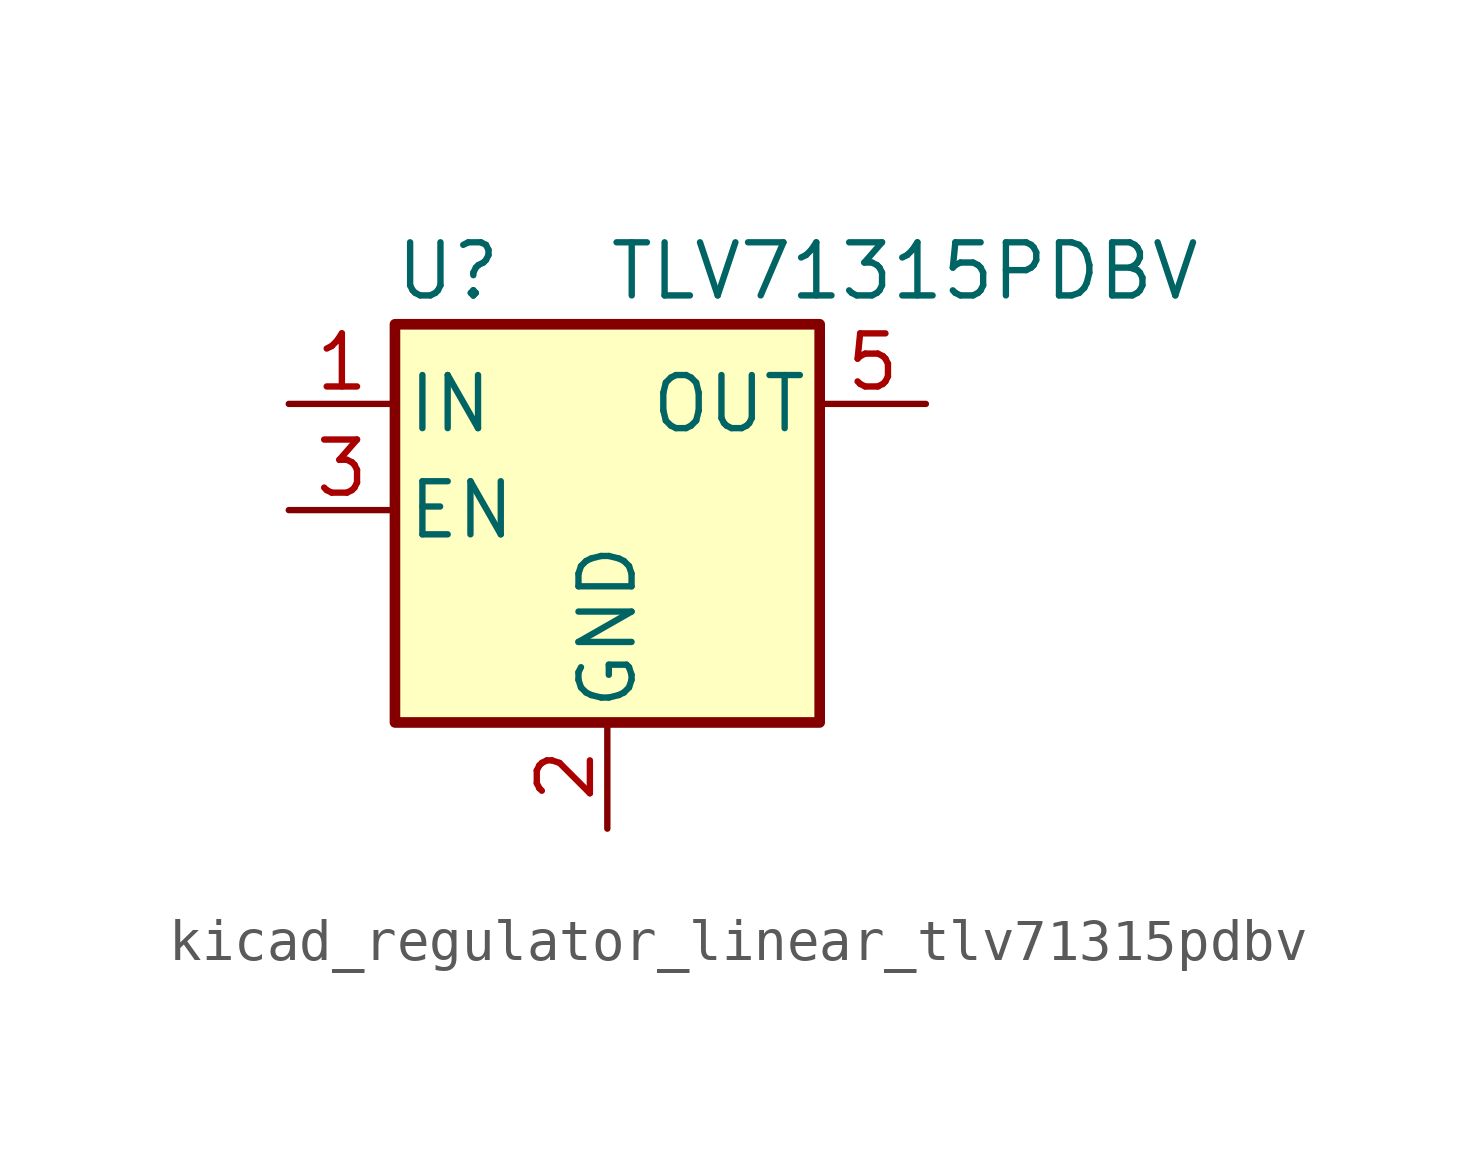
<source format=kicad_sym>
(kicad_symbol_lib
  (version 20220914)
  (generator kicad_symbol_editor)
  (symbol "kicad_regulator_linear_tlv71315pdbv"
    (pin_names
      (offset 0.254))
    (property "Reference" "U"
      (at -3.81 5.715 0)
      (effects (font (size 1.27 1.27))))
    (property "Value" "TLV71315PDBV"
      (at 0 5.715 0)
      (effects (font (size 1.27 1.27)) (justify left)))
    (symbol "kicad_regulator_linear_tlv71315pdbv_0_1"
      (rectangle (start -5.08 4.445) (end 5.08 -5.08) (stroke (width 0.254) (type default)) (fill (type background))))
    (symbol "kicad_regulator_linear_tlv71315pdbv_1_1"
      (pin power_in line (at -7.62 2.54 0) (length 2.54) (name "IN" (effects (font (size 1.27 1.27)))) (number "1" (effects (font (size 1.27 1.27)))))
      (pin power_in line (at 0 -7.62 90) (length 2.54) (name "GND" (effects (font (size 1.27 1.27)))) (number "2" (effects (font (size 1.27 1.27)))))
      (pin input line (at -7.62 0 0) (length 2.54) (name "EN" (effects (font (size 1.27 1.27)))) (number "3" (effects (font (size 1.27 1.27)))))
      (pin no_connect line (at 5.08 0 180) (length 2.54) hide (name "NC" (effects (font (size 1.27 1.27)))) (number "4" (effects (font (size 1.27 1.27)))))
      (pin power_out line (at 7.62 2.54 180) (length 2.54) (name "OUT" (effects (font (size 1.27 1.27)))) (number "5" (effects (font (size 1.27 1.27))))))))
</source>
